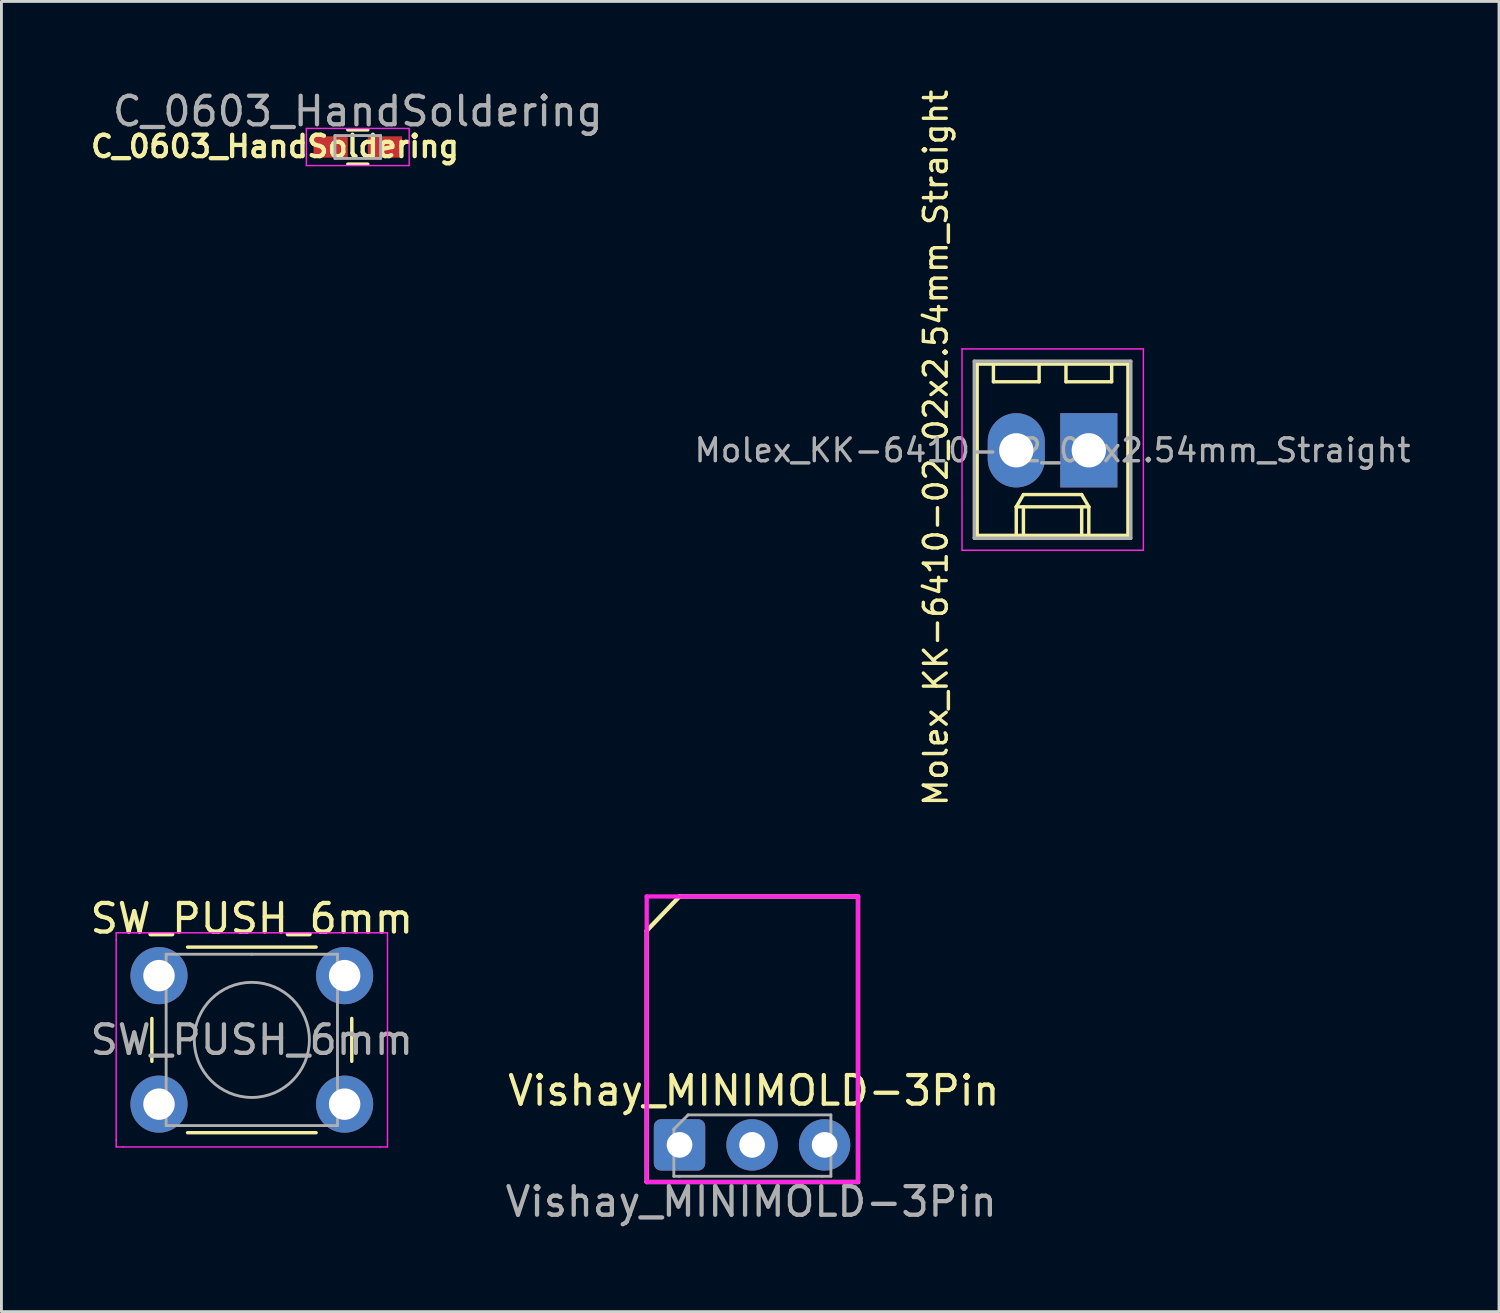
<source format=kicad_pcb>
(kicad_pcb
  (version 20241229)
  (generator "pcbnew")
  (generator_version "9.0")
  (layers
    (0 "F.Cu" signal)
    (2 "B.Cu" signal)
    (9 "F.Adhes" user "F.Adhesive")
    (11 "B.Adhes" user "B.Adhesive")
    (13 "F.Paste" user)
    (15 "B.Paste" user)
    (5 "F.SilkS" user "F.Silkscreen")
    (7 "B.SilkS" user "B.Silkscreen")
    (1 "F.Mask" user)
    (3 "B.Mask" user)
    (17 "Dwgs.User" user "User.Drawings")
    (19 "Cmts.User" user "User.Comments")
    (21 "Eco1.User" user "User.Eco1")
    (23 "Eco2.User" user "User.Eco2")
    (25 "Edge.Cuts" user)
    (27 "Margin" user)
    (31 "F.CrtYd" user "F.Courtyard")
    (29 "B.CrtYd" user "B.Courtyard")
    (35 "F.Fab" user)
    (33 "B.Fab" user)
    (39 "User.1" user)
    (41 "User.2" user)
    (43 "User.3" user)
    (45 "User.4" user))
  (footprint "Molex_KK-6410-02_02x2.54mm_Straight"
    (layer "F.Cu")
    (at 32.538 12.719)
    (property "Reference" "Molex_KK-6410-02_02x2.54mm_Straight" (at -2.818 -0.086 90) (layer "F.SilkS") (effects (font (size 0.8 0.8) (thickness 0.12))))
    (attr through_hole)
    (fp_line (start -1.37 -3.02) (end -1.37 2.98) (stroke (width 0.12) (type solid)) (layer "F.SilkS"))
    (fp_line (start -1.37 2.98) (end 3.91 2.98) (stroke (width 0.12) (type solid)) (layer "F.SilkS"))
    (fp_line (start -0.8 -3.02) (end -0.8 -2.4) (stroke (width 0.12) (type solid)) (layer "F.SilkS"))
    (fp_line (start -0.8 -2.4) (end 0.8 -2.4) (stroke (width 0.12) (type solid)) (layer "F.SilkS"))
    (fp_line (start 0 1.98) (end 0.25 1.55) (stroke (width 0.12) (type solid)) (layer "F.SilkS"))
    (fp_line (start 0 1.98) (end 2.54 1.98) (stroke (width 0.12) (type solid)) (layer "F.SilkS"))
    (fp_line (start 0 2.98) (end 0 1.98) (stroke (width 0.12) (type solid)) (layer "F.SilkS"))
    (fp_line (start 0.25 1.55) (end 2.29 1.55) (stroke (width 0.12) (type solid)) (layer "F.SilkS"))
    (fp_line (start 0.25 2.98) (end 0.25 1.98) (stroke (width 0.12) (type solid)) (layer "F.SilkS"))
    (fp_line (start 0.8 -2.4) (end 0.8 -3.02) (stroke (width 0.12) (type solid)) (layer "F.SilkS"))
    (fp_line (start 1.74 -3.02) (end 1.74 -2.4) (stroke (width 0.12) (type solid)) (layer "F.SilkS"))
    (fp_line (start 1.74 -2.4) (end 3.34 -2.4) (stroke (width 0.12) (type solid)) (layer "F.SilkS"))
    (fp_line (start 2.29 1.55) (end 2.54 1.98) (stroke (width 0.12) (type solid)) (layer "F.SilkS"))
    (fp_line (start 2.29 2.98) (end 2.29 1.98) (stroke (width 0.12) (type solid)) (layer "F.SilkS"))
    (fp_line (start 2.54 1.98) (end 2.54 2.98) (stroke (width 0.12) (type solid)) (layer "F.SilkS"))
    (fp_line (start 3.34 -2.4) (end 3.34 -3.02) (stroke (width 0.12) (type solid)) (layer "F.SilkS"))
    (fp_line (start 3.91 -3.02) (end -1.37 -3.02) (stroke (width 0.12) (type solid)) (layer "F.SilkS"))
    (fp_line (start 3.91 2.98) (end 3.91 -3.02) (stroke (width 0.12) (type solid)) (layer "F.SilkS"))
    (fp_line (start -1.9 -3.55) (end 4.45 -3.55) (stroke (width 0.05) (type solid)) (layer "F.CrtYd"))
    (fp_line (start -1.9 3.5) (end -1.9 -3.55) (stroke (width 0.05) (type solid)) (layer "F.CrtYd"))
    (fp_line (start 4.45 -3.55) (end 4.45 3.5) (stroke (width 0.05) (type solid)) (layer "F.CrtYd"))
    (fp_line (start 4.45 3.5) (end -1.9 3.5) (stroke (width 0.05) (type solid)) (layer "F.CrtYd"))
    (fp_line (start -1.47 -3.12) (end -1.47 3.08) (stroke (width 0.12) (type solid)) (layer "F.Fab"))
    (fp_line (start -1.47 3.08) (end 4.01 3.08) (stroke (width 0.12) (type solid)) (layer "F.Fab"))
    (fp_line (start 4.01 -3.12) (end -1.47 -3.12) (stroke (width 0.12) (type solid)) (layer "F.Fab"))
    (fp_line (start 4.01 3.08) (end 4.01 -3.12) (stroke (width 0.12) (type solid)) (layer "F.Fab"))
    (fp_text user "${REFERENCE}" (at 1.27 0 0) (layer "F.Fab") (effects (font (size 0.8 0.8) (thickness 0.12))))
    (pad "1" thru_hole rect (at 2.54 0) (size 2 2.6) (drill 1.2) (layers "*.Cu" "*.Mask"))
    (pad "2" thru_hole oval (at 0 0) (size 2 2.6) (drill 1.2) (layers "*.Cu" "*.Mask")))
  (footprint "SW_PUSH_6mm"
    (layer "F.Cu")
    (at 2.518 31.115)
    (property "Reference" "SW_PUSH_6mm" (at 3.25 -2 0) (layer "F.SilkS") (effects (font (size 1 1) (thickness 0.15))))
    (attr through_hole)
    (fp_line (start -0.25 1.5) (end -0.25 3) (stroke (width 0.12) (type solid)) (layer "F.SilkS"))
    (fp_line (start 1 5.5) (end 5.5 5.5) (stroke (width 0.12) (type solid)) (layer "F.SilkS"))
    (fp_line (start 5.5 -1) (end 1 -1) (stroke (width 0.12) (type solid)) (layer "F.SilkS"))
    (fp_line (start 6.75 3) (end 6.75 1.5) (stroke (width 0.12) (type solid)) (layer "F.SilkS"))
    (fp_line (start -1.5 -1.5) (end -1.25 -1.5) (stroke (width 0.05) (type solid)) (layer "F.CrtYd"))
    (fp_line (start -1.5 -1.25) (end -1.5 -1.5) (stroke (width 0.05) (type solid)) (layer "F.CrtYd"))
    (fp_line (start -1.5 5.75) (end -1.5 -1.25) (stroke (width 0.05) (type solid)) (layer "F.CrtYd"))
    (fp_line (start -1.5 5.75) (end -1.5 6) (stroke (width 0.05) (type solid)) (layer "F.CrtYd"))
    (fp_line (start -1.5 6) (end -1.25 6) (stroke (width 0.05) (type solid)) (layer "F.CrtYd"))
    (fp_line (start -1.25 -1.5) (end 7.75 -1.5) (stroke (width 0.05) (type solid)) (layer "F.CrtYd"))
    (fp_line (start 7.75 -1.5) (end 8 -1.5) (stroke (width 0.05) (type solid)) (layer "F.CrtYd"))
    (fp_line (start 7.75 6) (end -1.25 6) (stroke (width 0.05) (type solid)) (layer "F.CrtYd"))
    (fp_line (start 7.75 6) (end 8 6) (stroke (width 0.05) (type solid)) (layer "F.CrtYd"))
    (fp_line (start 8 -1.5) (end 8 -1.25) (stroke (width 0.05) (type solid)) (layer "F.CrtYd"))
    (fp_line (start 8 -1.25) (end 8 5.75) (stroke (width 0.05) (type solid)) (layer "F.CrtYd"))
    (fp_line (start 8 6) (end 8 5.75) (stroke (width 0.05) (type solid)) (layer "F.CrtYd"))
    (fp_line (start 0.25 -0.75) (end 3.25 -0.75) (stroke (width 0.1) (type solid)) (layer "F.Fab"))
    (fp_line (start 0.25 5.25) (end 0.25 -0.75) (stroke (width 0.1) (type solid)) (layer "F.Fab"))
    (fp_line (start 3.25 -0.75) (end 6.25 -0.75) (stroke (width 0.1) (type solid)) (layer "F.Fab"))
    (fp_line (start 6.25 -0.75) (end 6.25 5.25) (stroke (width 0.1) (type solid)) (layer "F.Fab"))
    (fp_line (start 6.25 5.25) (end 0.25 5.25) (stroke (width 0.1) (type solid)) (layer "F.Fab"))
    (fp_circle (center 3.25 2.25) (end 1.25 2.5) (stroke (width 0.1) (type solid)) (fill no) (layer "F.Fab"))
    (fp_text user "${REFERENCE}" (at 3.25 2.25 0) (layer "F.Fab") (effects (font (size 1 1) (thickness 0.15))))
    (pad "1" thru_hole circle (at 0 0 90) (size 2 2) (drill 1.1) (layers "*.Cu" "*.Mask"))
    (pad "1" thru_hole circle (at 6.5 0 90) (size 2 2) (drill 1.1) (layers "*.Cu" "*.Mask"))
    (pad "2" thru_hole circle (at 0 4.5 90) (size 2 2) (drill 1.1) (layers "*.Cu" "*.Mask"))
    (pad "2" thru_hole circle (at 6.5 4.5 90) (size 2 2) (drill 1.1) (layers "*.Cu" "*.Mask")))
  (footprint "C_0603_HandSoldering"
    (layer "F.Cu")
    (at 9.479 2.098)
    (property "Reference" "C_0603_HandSoldering" (at -2.9 -0.02 0) (layer "F.SilkS") (effects (font (size 0.75 0.75) (thickness 0.15))))
    (attr smd)
    (fp_line (start -0.35 -0.6) (end 0.35 -0.6) (stroke (width 0.12) (type solid)) (layer "F.SilkS"))
    (fp_line (start 0.35 0.6) (end -0.35 0.6) (stroke (width 0.12) (type solid)) (layer "F.SilkS"))
    (fp_line (start -1.8 -0.65) (end -1.8 0.65) (stroke (width 0.05) (type solid)) (layer "F.CrtYd"))
    (fp_line (start -1.8 -0.65) (end 1.8 -0.65) (stroke (width 0.05) (type solid)) (layer "F.CrtYd"))
    (fp_line (start 1.8 0.65) (end -1.8 0.65) (stroke (width 0.05) (type solid)) (layer "F.CrtYd"))
    (fp_line (start 1.8 0.65) (end 1.8 -0.65) (stroke (width 0.05) (type solid)) (layer "F.CrtYd"))
    (fp_line (start -0.8 -0.4) (end 0.8 -0.4) (stroke (width 0.1) (type solid)) (layer "F.Fab"))
    (fp_line (start -0.8 0.4) (end -0.8 -0.4) (stroke (width 0.1) (type solid)) (layer "F.Fab"))
    (fp_line (start 0.8 -0.4) (end 0.8 0.4) (stroke (width 0.1) (type solid)) (layer "F.Fab"))
    (fp_line (start 0.8 0.4) (end -0.8 0.4) (stroke (width 0.1) (type solid)) (layer "F.Fab"))
    (fp_text user "${REFERENCE}" (at 0 -1.25 0) (layer "F.Fab") (effects (font (size 1 1) (thickness 0.15))))
    (pad "1" smd rect (at -0.95 0) (size 1.2 0.75) (layers "F.Cu" "F.Mask" "F.Paste"))
    (pad "2" smd rect (at 0.95 0) (size 1.2 0.75) (layers "F.Cu" "F.Mask" "F.Paste")))
  (footprint "Vishay_MINIMOLD-3Pin"
    (layer "F.Cu")
    (at 20.746 37.042)
    (property "Reference" "Vishay_MINIMOLD-3Pin" (at 2.6 -1.9 180) (layer "F.SilkS") (effects (font (size 1 1) (thickness 0.15))))
    (attr through_hole)
    (fp_line (start -1.15 -7.5) (end -1.15 1.3) (stroke (width 0.15) (type solid)) (layer "F.SilkS"))
    (fp_line (start -1.15 -7.5) (end 0 -8.7) (stroke (width 0.15) (type solid)) (layer "F.SilkS"))
    (fp_line (start -1.15 1.3) (end 6.25 1.3) (stroke (width 0.15) (type solid)) (layer "F.SilkS"))
    (fp_line (start 6.25 -8.7) (end 0 -8.7) (stroke (width 0.15) (type solid)) (layer "F.SilkS"))
    (fp_line (start 6.25 1.3) (end 6.25 -8.7) (stroke (width 0.15) (type solid)) (layer "F.SilkS"))
    (fp_line (start -1.15 -8.7) (end 6.25 -8.7) (stroke (width 0.15) (type solid)) (layer "F.CrtYd"))
    (fp_line (start -1.15 1.3) (end -1.15 -8.7) (stroke (width 0.15) (type solid)) (layer "F.CrtYd"))
    (fp_line (start -1.15 1.3) (end 6.25 1.3) (stroke (width 0.15) (type solid)) (layer "F.CrtYd"))
    (fp_line (start 6.25 1.3) (end 6.25 -8.7) (stroke (width 0.15) (type solid)) (layer "F.CrtYd"))
    (fp_line (start -0.2 1.1) (end -0.2 -0.55) (stroke (width 0.1) (type solid)) (layer "F.Fab"))
    (fp_line (start 0 1.1) (end -0.2 1.1) (stroke (width 0.1) (type solid)) (layer "F.Fab"))
    (fp_line (start 0.3 -1.05) (end -0.2 -0.55) (stroke (width 0.1) (type solid)) (layer "F.Fab"))
    (fp_line (start 0.3 -1.05) (end 5.3 -1.05) (stroke (width 0.1) (type solid)) (layer "F.Fab"))
    (fp_line (start 5 1.1) (end 0 1.1) (stroke (width 0.1) (type solid)) (layer "F.Fab"))
    (fp_line (start 5.3 -1.05) (end 5.3 1.1) (stroke (width 0.1) (type solid)) (layer "F.Fab"))
    (fp_line (start 5.3 1.1) (end 5 1.1) (stroke (width 0.1) (type solid)) (layer "F.Fab"))
    (fp_text user "${REFERENCE}" (at 2.51 1.99 0) (layer "F.Fab") (effects (font (size 1 1) (thickness 0.15))))
    (pad "1" thru_hole roundrect (at 0 0) (size 1.8 1.8) (drill 0.9) (layers "*.Cu" "*.Mask") (roundrect_rratio 0.139))
    (pad "2" thru_hole circle (at 2.54 0) (size 1.8 1.8) (drill 0.9) (layers "*.Cu" "*.Mask"))
    (pad "3" thru_hole circle (at 5.08 0) (size 1.8 1.8) (drill 0.9) (layers "*.Cu" "*.Mask")))
  (gr_rect
    (start -3 -3)
    (end 49.442 42.88)
    (stroke (width 0.1) (type default))
    (fill no)
    (layer "Edge.Cuts")))
</source>
